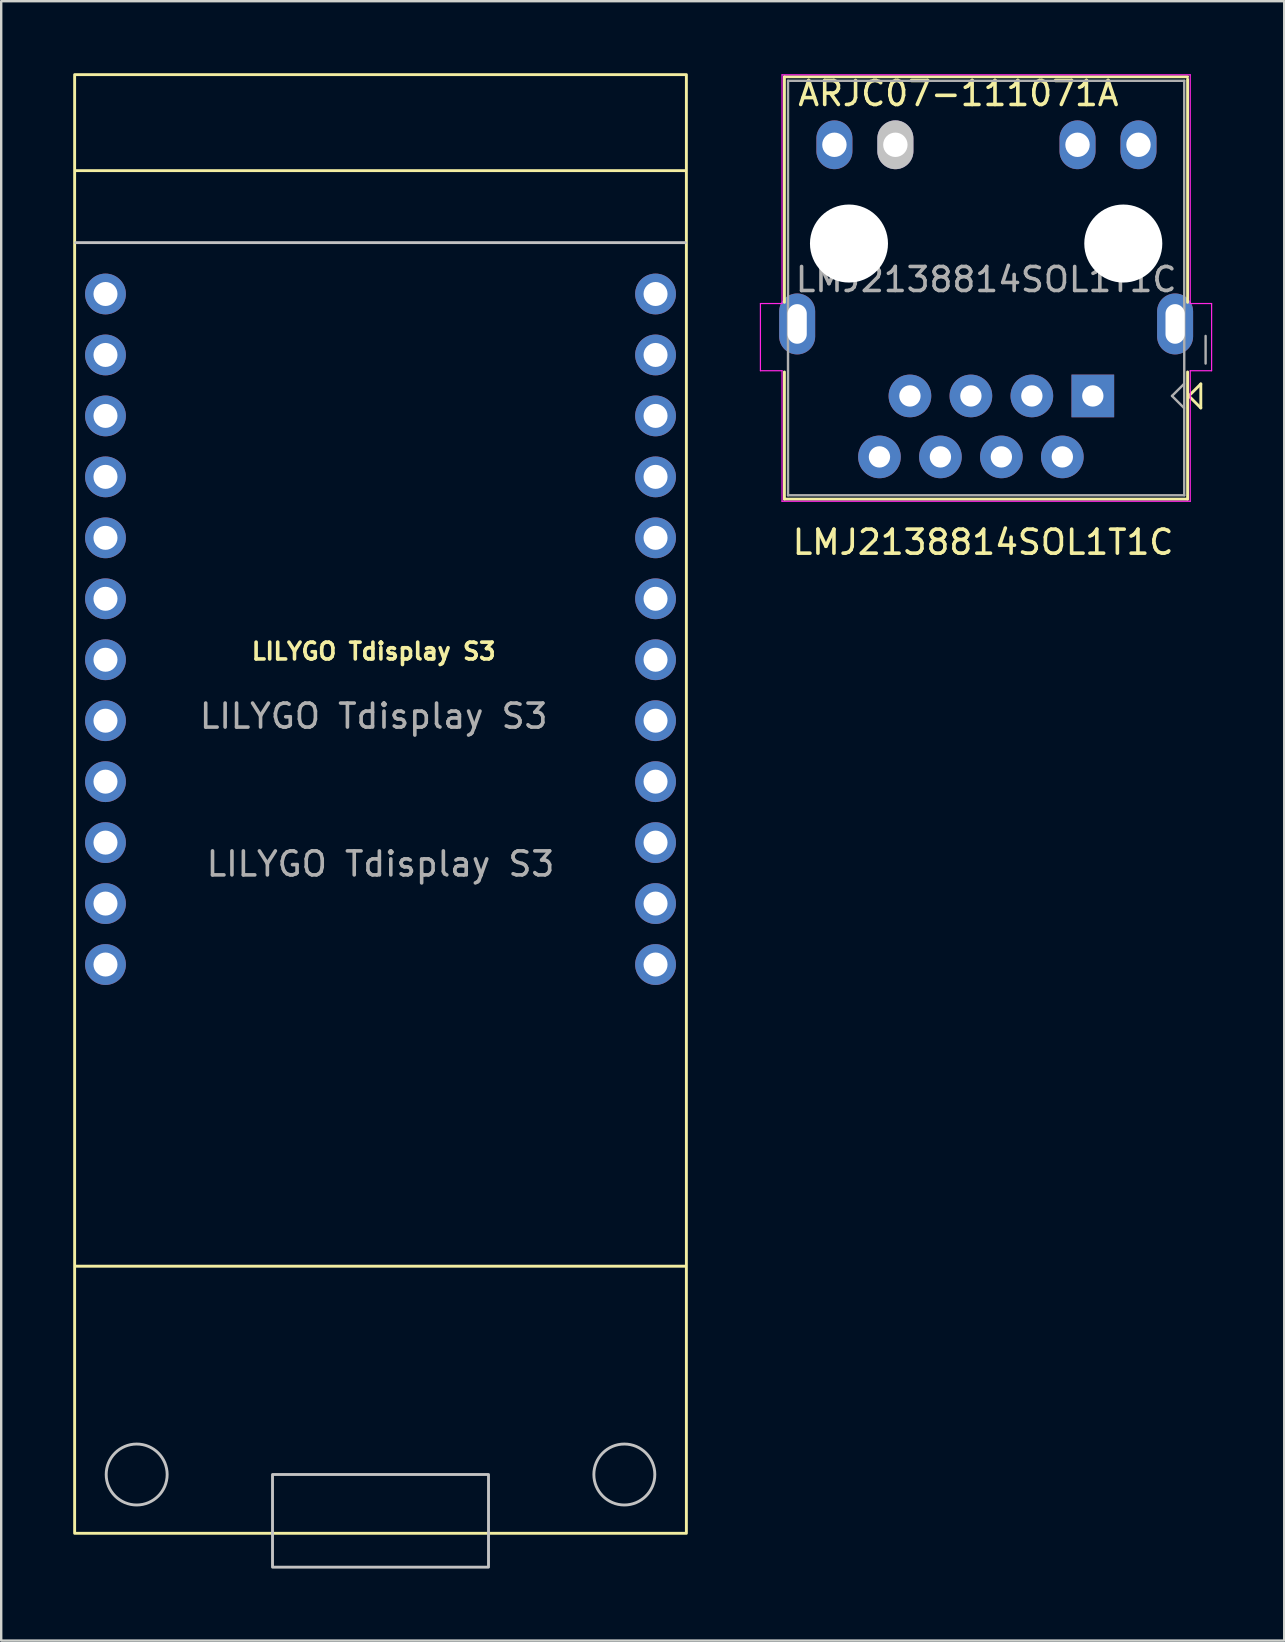
<source format=kicad_pcb>
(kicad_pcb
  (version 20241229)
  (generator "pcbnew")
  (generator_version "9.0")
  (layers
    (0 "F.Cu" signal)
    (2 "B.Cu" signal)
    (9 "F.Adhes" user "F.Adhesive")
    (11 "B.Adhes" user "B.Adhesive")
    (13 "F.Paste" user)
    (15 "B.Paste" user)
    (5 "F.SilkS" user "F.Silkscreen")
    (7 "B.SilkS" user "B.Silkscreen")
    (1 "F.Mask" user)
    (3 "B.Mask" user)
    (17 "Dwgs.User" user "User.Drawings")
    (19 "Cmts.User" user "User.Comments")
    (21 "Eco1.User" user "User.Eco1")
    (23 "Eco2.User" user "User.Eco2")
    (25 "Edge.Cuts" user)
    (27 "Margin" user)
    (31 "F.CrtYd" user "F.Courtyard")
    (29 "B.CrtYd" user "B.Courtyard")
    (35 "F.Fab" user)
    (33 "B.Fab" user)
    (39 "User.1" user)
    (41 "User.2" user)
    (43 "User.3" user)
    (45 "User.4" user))
  (footprint "LMJ2138814SOL1T1C"
    (layer "F.Cu")
    (at 42.485 13.448)
    (property "Reference" "LMJ2138814SOL1T1C" (at -4.572 6.096 180) (layer "F.SilkS") (effects (font (size 1 1) (thickness 0.15))))
    (property "Value2" "ARJC07-111071A" (at -5.6 -12.6 0) (unlocked yes) (layer "F.SilkS") (effects (font (size 1 1) (thickness 0.15))))
    (attr through_hole)
    (fp_line (start -12.85 -13.3) (end -12.85 -3.9) (stroke (width 0.12) (type solid)) (layer "F.SilkS"))
    (fp_line (start -12.85 4.3) (end -12.85 -1) (stroke (width 0.12) (type solid)) (layer "F.SilkS"))
    (fp_line (start 3.95 -13.3) (end -12.85 -13.3) (stroke (width 0.12) (type solid)) (layer "F.SilkS"))
    (fp_line (start 3.95 -13.2) (end 3.95 -3.9) (stroke (width 0.12) (type solid)) (layer "F.SilkS"))
    (fp_line (start 3.95 4.3) (end -12.85 4.3) (stroke (width 0.12) (type solid)) (layer "F.SilkS"))
    (fp_line (start 3.95 4.3) (end 3.95 -1) (stroke (width 0.12) (type solid)) (layer "F.SilkS"))
    (fp_line (start 4 0) (end 4.5 0.5) (stroke (width 0.12) (type solid)) (layer "F.SilkS"))
    (fp_line (start 4.5 -0.5) (end 4 0) (stroke (width 0.12) (type solid)) (layer "F.SilkS"))
    (fp_line (start 4.5 0.5) (end 4.5 -0.5) (stroke (width 0.12) (type solid)) (layer "F.SilkS"))
    (fp_line (start -13.85 -3.85) (end -13.85 -1.05) (stroke (width 0.05) (type solid)) (layer "F.CrtYd"))
    (fp_line (start -12.95 -13.38) (end 4.06 -13.38) (stroke (width 0.05) (type solid)) (layer "F.CrtYd"))
    (fp_line (start -12.95 -3.85) (end -13.85 -3.85) (stroke (width 0.05) (type solid)) (layer "F.CrtYd"))
    (fp_line (start -12.95 -3.85) (end -12.95 -13.38) (stroke (width 0.05) (type solid)) (layer "F.CrtYd"))
    (fp_line (start -12.95 -1.05) (end -13.85 -1.05) (stroke (width 0.05) (type solid)) (layer "F.CrtYd"))
    (fp_line (start -12.95 -1.05) (end -12.95 4.39) (stroke (width 0.05) (type solid)) (layer "F.CrtYd"))
    (fp_line (start 4.06 -13.38) (end 4.06 -3.85) (stroke (width 0.05) (type solid)) (layer "F.CrtYd"))
    (fp_line (start 4.06 -3.85) (end 4.95 -3.85) (stroke (width 0.05) (type solid)) (layer "F.CrtYd"))
    (fp_line (start 4.06 -1.05) (end 4.06 4.39) (stroke (width 0.05) (type solid)) (layer "F.CrtYd"))
    (fp_line (start 4.06 -1.05) (end 4.95 -1.05) (stroke (width 0.05) (type solid)) (layer "F.CrtYd"))
    (fp_line (start 4.06 4.39) (end -12.95 4.39) (stroke (width 0.05) (type solid)) (layer "F.CrtYd"))
    (fp_line (start 4.95 -3.85) (end 4.95 -1.05) (stroke (width 0.05) (type solid)) (layer "F.CrtYd"))
    (fp_line (start -12.7 4.14) (end -12.7 -13.132) (stroke (width 0.1) (type solid)) (layer "F.Fab"))
    (fp_line (start 3.8 -0.5) (end 3.3 0) (stroke (width 0.1) (type solid)) (layer "F.Fab"))
    (fp_line (start 3.8 0.5) (end 3.3 0) (stroke (width 0.1) (type solid)) (layer "F.Fab"))
    (fp_line (start 3.81 -13.132) (end -12.7 -13.132) (stroke (width 0.1) (type solid)) (layer "F.Fab"))
    (fp_line (start 3.81 4.14) (end -12.7 4.14) (stroke (width 0.1) (type solid)) (layer "F.Fab"))
    (fp_line (start 3.81 4.14) (end 3.81 -13.132) (stroke (width 0.1) (type solid)) (layer "F.Fab"))
    (fp_line (start 4.7 -2.5) (end 4.7 -1.35) (stroke (width 0.1) (type solid)) (layer "F.Fab"))
    (fp_text user "${REFERENCE}" (at -4.445 -4.85 180) (layer "F.Fab") (effects (font (size 1 1) (thickness 0.15))))
    (pad "" np_thru_hole circle (at -10.16 -6.35 180) (size 3.251 3.251) (drill 3.251) (layers "*.Cu" "*.Mask"))
    (pad "" np_thru_hole circle (at 1.27 -6.35 180) (size 3.251 3.251) (drill 3.251) (layers "*.Cu" "*.Mask"))
    (pad "P1" thru_hole rect (at 0 0 180) (size 1.778 1.778) (drill 0.889) (layers "*.Cu" "*.Mask"))
    (pad "P2" thru_hole circle (at -1.27 2.54 180) (size 1.778 1.778) (drill 0.889) (layers "*.Cu" "*.Mask"))
    (pad "P3" thru_hole circle (at -2.54 0 180) (size 1.778 1.778) (drill 0.889) (layers "*.Cu" "*.Mask"))
    (pad "P4" thru_hole circle (at -3.81 2.54 180) (size 1.778 1.778) (drill 0.889) (layers "*.Cu" "*.Mask"))
    (pad "P5" thru_hole circle (at -5.08 0 180) (size 1.778 1.778) (drill 0.889) (layers "*.Cu" "*.Mask"))
    (pad "P6" thru_hole circle (at -6.35 2.54 180) (size 1.778 1.778) (drill 0.889) (layers "*.Cu" "*.Mask"))
    (pad "P7" thru_hole circle (at -7.62 0 180) (size 1.778 1.778) (drill 0.889) (layers "*.Cu" "*.Mask"))
    (pad "P8" thru_hole circle (at -8.89 2.54 180) (size 1.778 1.778) (drill 0.889) (layers "*.Cu" "*.Mask"))
    (pad "P9" thru_hole oval (at 1.903 -10.465 180) (size 1.5 2.032) (drill 1.016) (layers "*.Cu" "*.Mask"))
    (pad "P10" thru_hole oval (at -0.637 -10.465 180) (size 1.5 2.032) (drill 1.016) (layers "*.Cu" "*.Mask"))
    (pad "P11" thru_hole oval (at -8.227 -10.465 180) (size 1.5 2.032) (drill 1.016) (layers "*.Cu" "*.Mask" "Dwgs.User"))
    (pad "P12" thru_hole oval (at -10.767 -10.465 180) (size 1.5 2.032) (drill 1.016) (layers "*.Cu" "*.Mask"))
    (pad "SH" thru_hole oval (at -12.319 -3 180) (size 1.5 2.54) (drill oval 0.8 1.651) (layers "*.Cu" "*.Mask"))
    (pad "SH" thru_hole oval (at 3.429 -3 180) (size 1.5 2.54) (drill oval 0.8 1.651) (layers "*.Cu" "*.Mask")))
  (footprint "LILYGO Tdisplay S3"
    (layer "F.Cu")
    (at 12.521 24.44)
    (property "Reference" "LILYGO Tdisplay S3" (at 0 -0.35 0) (unlocked yes) (layer "F.SilkS") (effects (font (size 0.7 0.7) (thickness 0.15))))
    (attr through_hole)
    (fp_line (start 12.984 -20.38) (end -12.416 -20.38) (stroke (width 0.12) (type default)) (layer "F.SilkS"))
    (fp_line (start 12.984 25.27) (end -12.416 25.27) (stroke (width 0.12) (type default)) (layer "F.SilkS"))
    (fp_rect (start 13.029 36.4) (end -12.461 -24.38) (stroke (width 0.12) (type default)) (fill no) (layer "F.SilkS"))
    (fp_line (start 12.984 -17.38) (end -12.416 -17.38) (stroke (width 0.12) (type default)) (layer "Dwgs.User"))
    (fp_rect (start 4.784 37.81) (end -4.216 33.95) (stroke (width 0.12) (type default)) (fill no) (layer "Dwgs.User"))
    (fp_circle (center -9.876 33.95) (end -8.606 33.95) (stroke (width 0.12) (type default)) (fill no) (layer "Dwgs.User"))
    (fp_circle (center 10.444 33.95) (end 11.714 33.95) (stroke (width 0.12) (type default)) (fill no) (layer "Dwgs.User"))
    (fp_text user "${REFERENCE}" (at 0 2.35 0) (unlocked yes) (layer "F.Fab") (effects (font (size 1 1) (thickness 0.15))))
    (fp_text user "${REFERENCE}" (at 0.284 8.51 0) (unlocked yes) (layer "F.Fab") (effects (font (size 1 1) (thickness 0.15))))
    (pad "1" thru_hole circle (at 11.744 -15.24) (size 1.7 1.7) (drill 1) (layers "*.Cu" "*.Mask"))
    (pad "2" thru_hole circle (at 11.744 -12.7) (size 1.7 1.7) (drill 1) (layers "*.Cu" "*.Mask"))
    (pad "3" thru_hole circle (at 11.744 -10.16) (size 1.7 1.7) (drill 1) (layers "*.Cu" "*.Mask"))
    (pad "4" thru_hole circle (at 11.744 -7.62) (size 1.7 1.7) (drill 1) (layers "*.Cu" "*.Mask"))
    (pad "5" thru_hole circle (at 11.744 -5.08) (size 1.7 1.7) (drill 1) (layers "*.Cu" "*.Mask"))
    (pad "6" thru_hole circle (at 11.744 -2.54) (size 1.7 1.7) (drill 1) (layers "*.Cu" "*.Mask"))
    (pad "7" thru_hole circle (at 11.744 0) (size 1.7 1.7) (drill 1) (layers "*.Cu" "*.Mask"))
    (pad "8" thru_hole circle (at 11.744 2.54) (size 1.7 1.7) (drill 1) (layers "*.Cu" "*.Mask"))
    (pad "9" thru_hole circle (at 11.744 5.08) (size 1.7 1.7) (drill 1) (layers "*.Cu" "*.Mask"))
    (pad "10" thru_hole circle (at 11.744 7.62) (size 1.7 1.7) (drill 1) (layers "*.Cu" "*.Mask"))
    (pad "11" thru_hole circle (at 11.744 10.16) (size 1.7 1.7) (drill 1) (layers "*.Cu" "*.Mask"))
    (pad "12" thru_hole circle (at 11.744 12.7) (size 1.7 1.7) (drill 1) (layers "*.Cu" "*.Mask"))
    (pad "13" thru_hole circle (at -11.176 12.7) (size 1.7 1.7) (drill 1) (layers "*.Cu" "*.Mask"))
    (pad "14" thru_hole circle (at -11.176 10.16) (size 1.7 1.7) (drill 1) (layers "*.Cu" "*.Mask"))
    (pad "15" thru_hole circle (at -11.176 7.62) (size 1.7 1.7) (drill 1) (layers "*.Cu" "*.Mask"))
    (pad "16" thru_hole circle (at -11.176 5.08) (size 1.7 1.7) (drill 1) (layers "*.Cu" "*.Mask"))
    (pad "17" thru_hole circle (at -11.176 2.54) (size 1.7 1.7) (drill 1) (layers "*.Cu" "*.Mask"))
    (pad "18" thru_hole circle (at -11.176 0) (size 1.7 1.7) (drill 1) (layers "*.Cu" "*.Mask"))
    (pad "19" thru_hole circle (at -11.176 -2.54) (size 1.7 1.7) (drill 1) (layers "*.Cu" "*.Mask"))
    (pad "20" thru_hole circle (at -11.176 -5.08) (size 1.7 1.7) (drill 1) (layers "*.Cu" "*.Mask"))
    (pad "21" thru_hole circle (at -11.176 -7.62) (size 1.7 1.7) (drill 1) (layers "*.Cu" "*.Mask"))
    (pad "22" thru_hole circle (at -11.176 -10.16) (size 1.7 1.7) (drill 1) (layers "*.Cu" "*.Mask"))
    (pad "23" thru_hole circle (at -11.176 -12.7) (size 1.7 1.7) (drill 1) (layers "*.Cu" "*.Mask"))
    (pad "24" thru_hole circle (at -11.176 -15.24) (size 1.7 1.7) (drill 1) (layers "*.Cu" "*.Mask")))
  (gr_rect
    (start -3 -3)
    (end 50.46 65.31)
    (stroke (width 0.1) (type default))
    (fill no)
    (layer "Edge.Cuts")))
</source>
